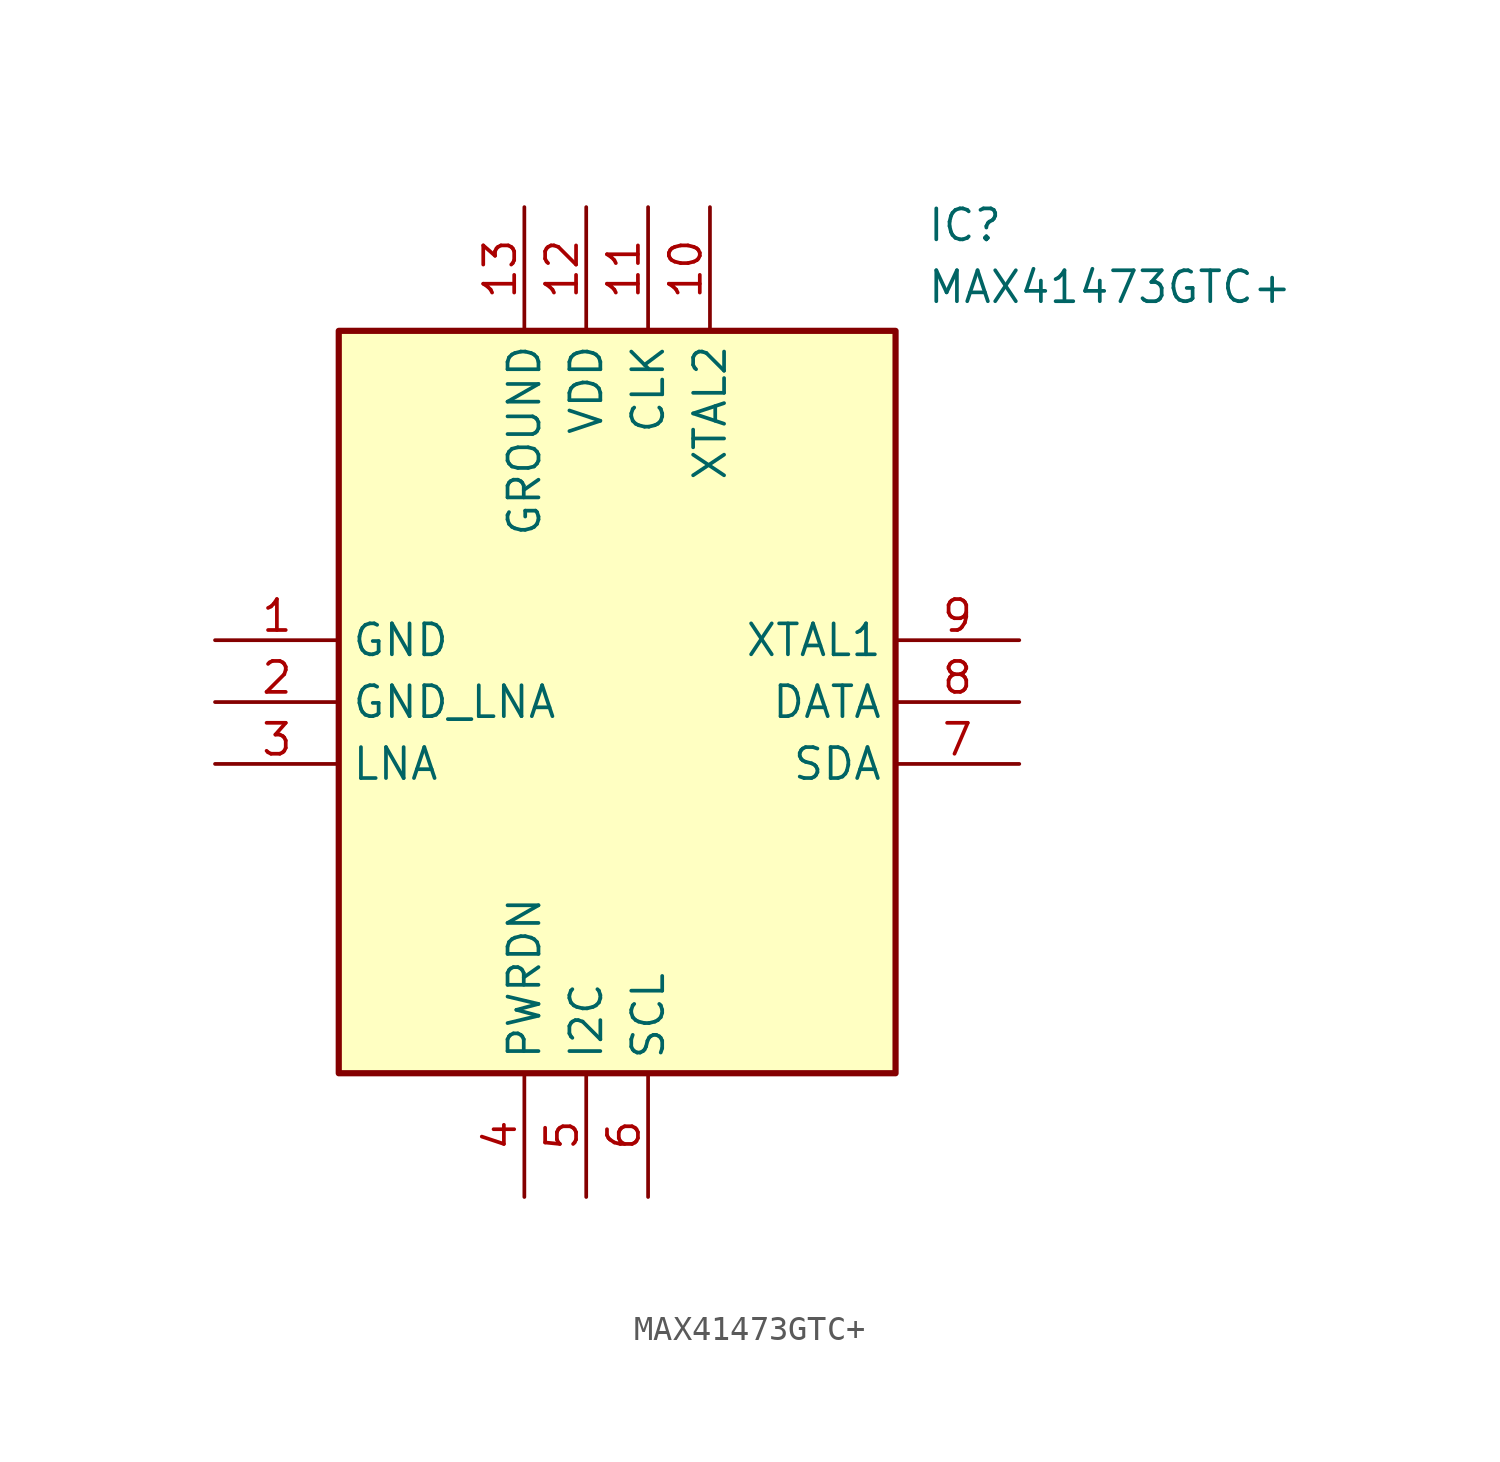
<source format=kicad_sym>
(kicad_symbol_lib
  (version 20211014)
  (generator SamacSys_ECAD_Model)
  (symbol "MAX41473GTC+"
    (property "Reference" "IC"
      (at 29.21 17.78 0)
      (effects (font (size 1.27 1.27)) (justify left top)))
    (property "Value" "MAX41473GTC+"
      (at 29.21 15.24 0)
      (effects (font (size 1.27 1.27)) (justify left top)))
    (rectangle
      (start 5.08 12.7)
      (end 27.94 -17.78)
      (stroke (width 0.254) (type default))
      (fill (type background)))
    (pin passive line
      (at 0 0 0)
      (length 5.08)
      (name "GND" (effects (font (size 1.27 1.27))))
      (number "1" (effects (font (size 1.27 1.27)))))
    (pin passive line
      (at 0 -2.54 0)
      (length 5.08)
      (name "GND_LNA" (effects (font (size 1.27 1.27))))
      (number "2" (effects (font (size 1.27 1.27)))))
    (pin passive line
      (at 0 -5.08 0)
      (length 5.08)
      (name "LNA" (effects (font (size 1.27 1.27))))
      (number "3" (effects (font (size 1.27 1.27)))))
    (pin passive line
      (at 12.7 -22.86 90)
      (length 5.08)
      (name "PWRDN" (effects (font (size 1.27 1.27))))
      (number "4" (effects (font (size 1.27 1.27)))))
    (pin passive line
      (at 15.24 -22.86 90)
      (length 5.08)
      (name "I2C" (effects (font (size 1.27 1.27))))
      (number "5" (effects (font (size 1.27 1.27)))))
    (pin passive line
      (at 17.78 -22.86 90)
      (length 5.08)
      (name "SCL" (effects (font (size 1.27 1.27))))
      (number "6" (effects (font (size 1.27 1.27)))))
    (pin passive line
      (at 33.02 0 180)
      (length 5.08)
      (name "XTAL1" (effects (font (size 1.27 1.27))))
      (number "9" (effects (font (size 1.27 1.27)))))
    (pin passive line
      (at 33.02 -2.54 180)
      (length 5.08)
      (name "DATA" (effects (font (size 1.27 1.27))))
      (number "8" (effects (font (size 1.27 1.27)))))
    (pin passive line
      (at 33.02 -5.08 180)
      (length 5.08)
      (name "SDA" (effects (font (size 1.27 1.27))))
      (number "7" (effects (font (size 1.27 1.27)))))
    (pin passive line
      (at 12.7 17.78 270)
      (length 5.08)
      (name "GROUND" (effects (font (size 1.27 1.27))))
      (number "13" (effects (font (size 1.27 1.27)))))
    (pin passive line
      (at 15.24 17.78 270)
      (length 5.08)
      (name "VDD" (effects (font (size 1.27 1.27))))
      (number "12" (effects (font (size 1.27 1.27)))))
    (pin passive line
      (at 17.78 17.78 270)
      (length 5.08)
      (name "CLK" (effects (font (size 1.27 1.27))))
      (number "11" (effects (font (size 1.27 1.27)))))
    (pin passive line
      (at 20.32 17.78 270)
      (length 5.08)
      (name "XTAL2" (effects (font (size 1.27 1.27))))
      (number "10" (effects (font (size 1.27 1.27)))))))
</source>
